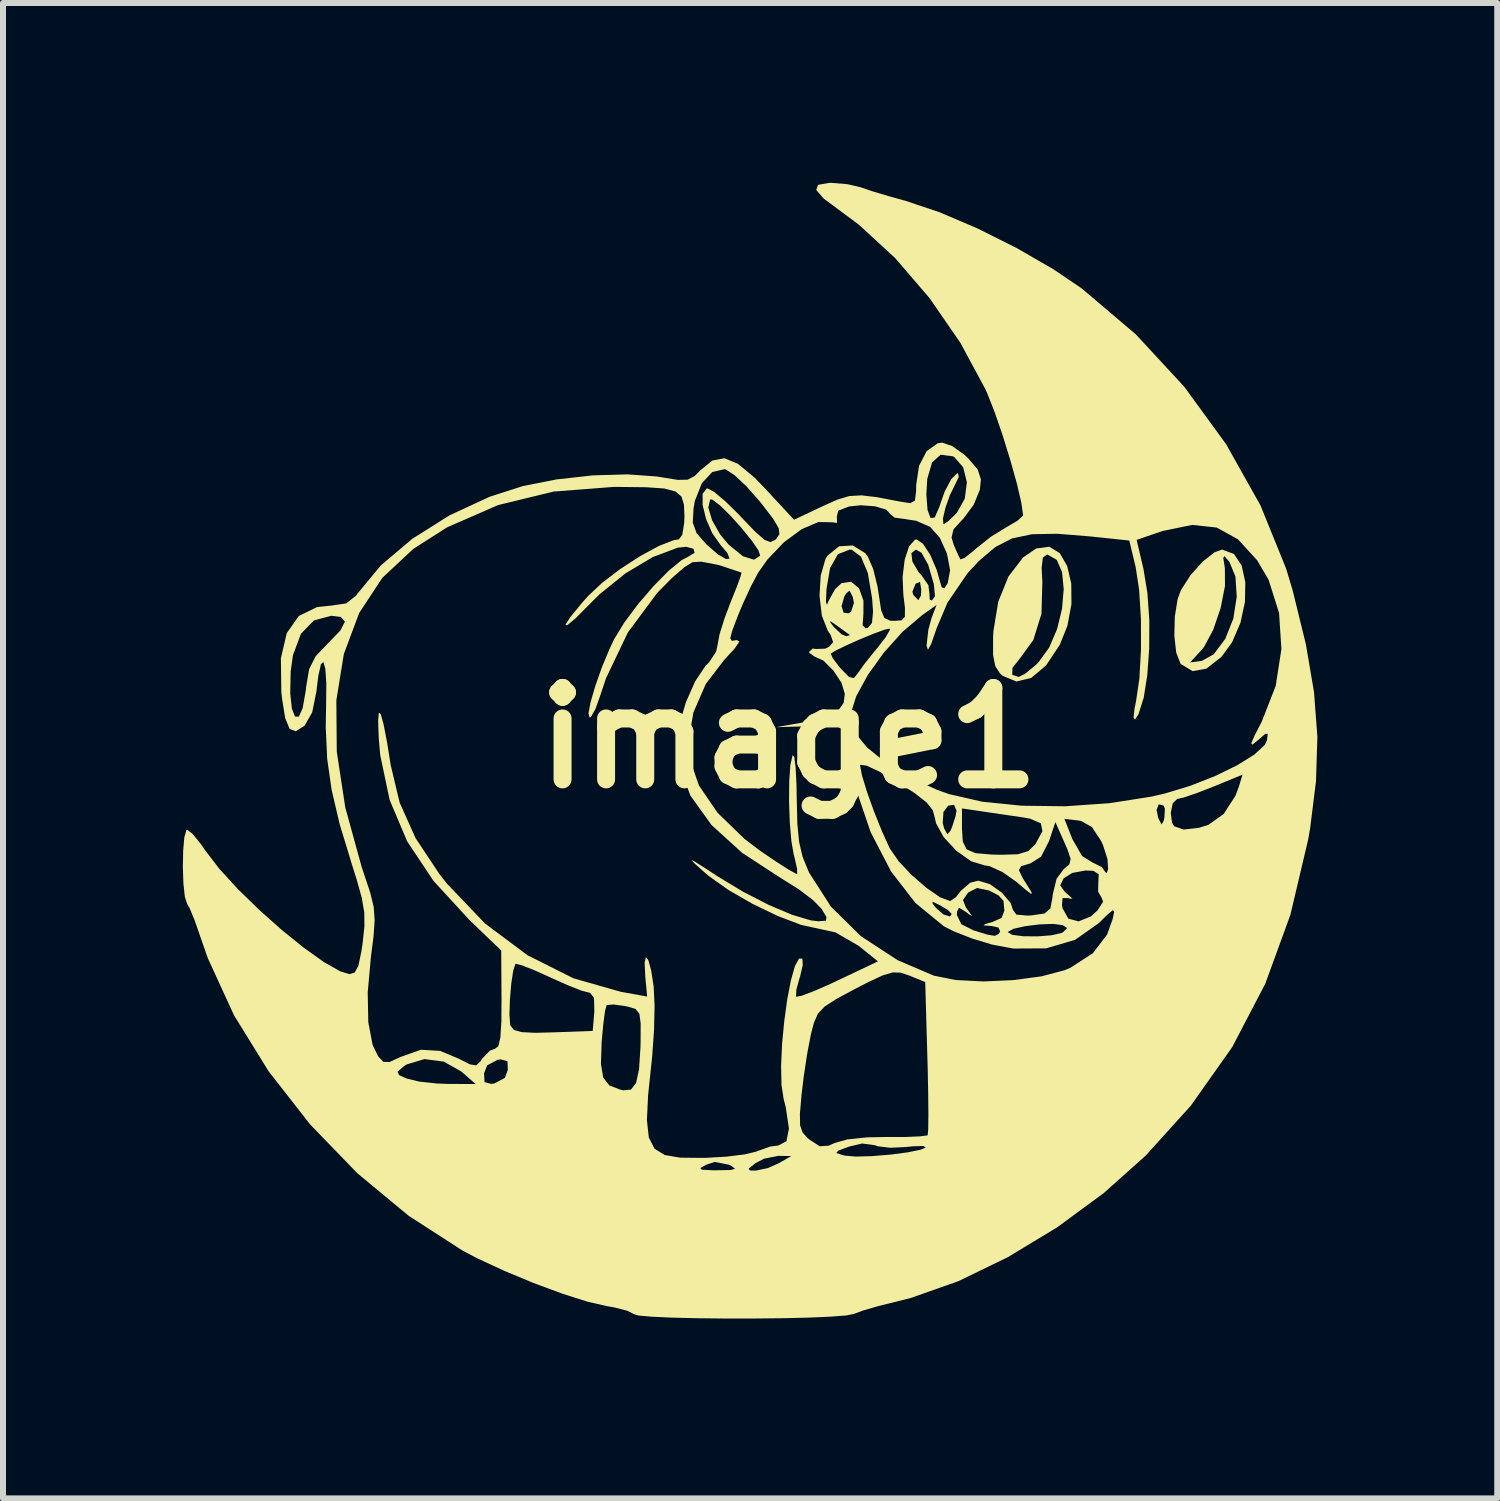
<source format=kicad_pcb>
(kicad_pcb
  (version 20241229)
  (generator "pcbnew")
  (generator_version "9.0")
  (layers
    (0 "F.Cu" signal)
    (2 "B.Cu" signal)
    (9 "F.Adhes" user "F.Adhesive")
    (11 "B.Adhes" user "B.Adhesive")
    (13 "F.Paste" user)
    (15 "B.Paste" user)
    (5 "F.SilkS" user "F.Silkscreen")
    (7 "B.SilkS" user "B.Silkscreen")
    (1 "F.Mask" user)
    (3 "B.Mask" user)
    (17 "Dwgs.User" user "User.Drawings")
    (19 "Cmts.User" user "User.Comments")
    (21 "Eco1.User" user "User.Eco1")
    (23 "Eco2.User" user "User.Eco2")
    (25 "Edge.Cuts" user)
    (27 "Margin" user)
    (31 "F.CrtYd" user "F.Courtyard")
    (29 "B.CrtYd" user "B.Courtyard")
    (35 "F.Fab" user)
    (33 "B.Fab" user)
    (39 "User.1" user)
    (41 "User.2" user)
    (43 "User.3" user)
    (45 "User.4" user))
  (footprint "image1"
    (layer "F.Cu")
    (at 10.107 9.26)
    (property "Reference" "image1" (at 0 0 0) (layer "F.SilkS") (effects (font (size 1.524 1.524) (thickness 0.3))))
    (attr through_hole)
    (fp_poly (pts (xy 7.424 -3.071) (xy 7.553 -2.878) (xy 7.614 -2.6) (xy 7.608 -2.27) (xy 7.533 -1.923) (xy 7.392 -1.595) (xy 7.217 -1.355) (xy 6.965 -1.157) (xy 6.734 -1.116) (xy 6.54 -1.234) (xy 6.533 -1.241) (xy 6.526 -1.26) (xy 6.691 -1.26) (xy 6.89 -1.288) (xy 7.086 -1.396) (xy 7.279 -1.653) (xy 7.281 -1.657) (xy 7.414 -1.992) (xy 7.471 -2.357) (xy 7.449 -2.694) (xy 7.35 -2.936) (xy 7.267 -3.034) (xy 7.246 -3.003) (xy 7.273 -2.834) (xy 7.275 -2.537) (xy 7.203 -2.171) (xy 7.08 -1.808) (xy 6.926 -1.52) (xy 6.874 -1.457) (xy 6.691 -1.26) (xy 6.526 -1.26) (xy 6.462 -1.423) (xy 6.43 -1.706) (xy 6.438 -2.026) (xy 6.485 -2.318) (xy 6.54 -2.468) (xy 6.703 -2.72) (xy 6.905 -2.945) (xy 7.102 -3.099) (xy 7.226 -3.143)) (stroke (width 0) (type solid)) (fill yes) (layer "F.SilkS"))
    (fp_poly (pts (xy 4.519 -3.084) (xy 4.643 -2.869) (xy 4.711 -2.575) (xy 4.714 -2.233) (xy 4.646 -1.87) (xy 4.52 -1.556) (xy 4.29 -1.21) (xy 4.043 -1.003) (xy 3.795 -0.943) (xy 3.565 -1.038) (xy 3.547 -1.055) (xy 3.726 -1.055) (xy 3.834 -1.019) (xy 3.945 -1.075) (xy 4.112 -1.213) (xy 4.161 -1.26) (xy 4.342 -1.508) (xy 4.475 -1.819) (xy 4.557 -2.157) (xy 4.585 -2.486) (xy 4.557 -2.77) (xy 4.469 -2.972) (xy 4.319 -3.058) (xy 4.301 -3.058) (xy 4.237 -3.008) (xy 4.217 -2.84) (xy 4.229 -2.6) (xy 4.214 -2.074) (xy 4.079 -1.637) (xy 3.867 -1.344) (xy 3.73 -1.17) (xy 3.726 -1.055) (xy 3.547 -1.055) (xy 3.523 -1.077) (xy 3.444 -1.198) (xy 3.407 -1.385) (xy 3.407 -1.683) (xy 3.413 -1.787) (xy 3.493 -2.274) (xy 3.664 -2.695) (xy 3.908 -3.013) (xy 4.127 -3.162) (xy 4.344 -3.191)) (stroke (width 0) (type solid)) (fill yes) (layer "F.SilkS"))
    (fp_poly (pts (xy 0.977 -9.238) (xy 1.203 -9.185) (xy 1.207 -9.183) (xy 1.389 -9.121) (xy 1.672 -9.037) (xy 1.954 -8.958) (xy 2.514 -8.77) (xy 3.147 -8.5) (xy 3.798 -8.174) (xy 4.41 -7.821) (xy 4.888 -7.497) (xy 5.787 -6.734) (xy 6.596 -5.859) (xy 7.295 -4.899) (xy 7.867 -3.88) (xy 8.294 -2.828) (xy 8.404 -2.462) (xy 8.624 -1.565) (xy 8.76 -0.766) (xy 8.816 -0.021) (xy 8.793 0.719) (xy 8.696 1.499) (xy 8.663 1.69) (xy 8.366 2.948) (xy 7.947 4.098) (xy 7.396 5.154) (xy 6.705 6.132) (xy 5.951 6.966) (xy 5.25 7.592) (xy 4.471 8.164) (xy 3.651 8.66) (xy 2.828 9.059) (xy 2.039 9.338) (xy 1.814 9.395) (xy 1.499 9.473) (xy 1.237 9.549) (xy 1.084 9.606) (xy 0.956 9.631) (xy 0.694 9.651) (xy 0.331 9.667) (xy -0.105 9.677) (xy -0.581 9.682) (xy -1.068 9.682) (xy -1.534 9.677) (xy -1.95 9.667) (xy -2.284 9.652) (xy -2.506 9.632) (xy -2.585 9.609) (xy -2.69 9.554) (xy -2.904 9.498) (xy -3.036 9.475) (xy -3.356 9.402) (xy -3.78 9.267) (xy -4.26 9.089) (xy -4.75 8.885) (xy -5.202 8.675) (xy -5.437 8.552) (xy -6.342 7.968) (xy -7.199 7.257) (xy -7.28 7.173) (xy -1.477 7.173) (xy -1.449 7.2) (xy -1.278 7.209) (xy -1.189 7.209) (xy -0.968 7.205) (xy -0.896 7.184) (xy -0.897 7.184) (xy -0.671 7.184) (xy -0.647 7.213) (xy -0.552 7.215) (xy -0.351 7.173) (xy -0.17 7.093) (xy 0.042 6.972) (xy -0.175 6.969) (xy -0.412 7.016) (xy -0.557 7.091) (xy -0.671 7.184) (xy -0.897 7.184) (xy -0.955 7.139) (xy -0.998 7.117) (xy -1.235 7.07) (xy -1.38 7.117) (xy -1.477 7.173) (xy -7.28 7.173) (xy -7.985 6.444) (xy -8.671 5.566) (xy -6.527 5.566) (xy -6.498 5.624) (xy -6.371 5.68) (xy -6.165 5.73) (xy -5.871 5.762) (xy -5.692 5.769) (xy -5.224 5.771) (xy -5.428 5.592) (xy -5.083 5.592) (xy -5.076 5.738) (xy -4.966 5.768) (xy -4.913 5.762) (xy -4.737 5.669) (xy -4.687 5.536) (xy -4.691 5.435) (xy -3.134 5.435) (xy -3.096 5.663) (xy -2.992 5.795) (xy -2.807 5.866) (xy -2.761 5.876) (xy -2.633 5.864) (xy -2.548 5.754) (xy -2.498 5.525) (xy -2.474 5.154) (xy -2.472 5.044) (xy -2.471 4.757) (xy -2.493 4.597) (xy -2.557 4.519) (xy -2.684 4.48) (xy -2.732 4.47) (xy -2.928 4.444) (xy -3.038 4.454) (xy -3.04 4.456) (xy -3.066 4.555) (xy -3.095 4.776) (xy -3.122 5.071) (xy -3.122 5.075) (xy -3.134 5.435) (xy -4.691 5.435) (xy -4.693 5.391) (xy -4.804 5.36) (xy -4.857 5.366) (xy -5.032 5.46) (xy -5.083 5.592) (xy -5.428 5.592) (xy -5.463 5.562) (xy -5.755 5.397) (xy -6.079 5.355) (xy -6.374 5.444) (xy -6.419 5.473) (xy -6.527 5.566) (xy -8.671 5.566) (xy -8.677 5.558) (xy -9.254 4.624) (xy -9.692 3.669) (xy -9.816 3.313) (xy -9.909 3.044) (xy -9.993 2.84) (xy -10.036 2.765) (xy -10.074 2.647) (xy -10.098 2.426) (xy -10.107 2.153) (xy -10.102 1.881) (xy -10.083 1.659) (xy -10.049 1.538) (xy -10.035 1.529) (xy -9.95 1.594) (xy -9.813 1.76) (xy -9.731 1.878) (xy -9.502 2.177) (xy -9.196 2.513) (xy -8.84 2.86) (xy -8.463 3.196) (xy -8.093 3.495) (xy -7.757 3.735) (xy -7.484 3.89) (xy -7.33 3.938) (xy -7.242 3.913) (xy -7.18 3.799) (xy -7.13 3.563) (xy -7.108 3.416) (xy -7.079 3.143) (xy -7.081 2.911) (xy -7.123 2.664) (xy -7.212 2.346) (xy -7.29 2.1) (xy -7.492 1.435) (xy -7.625 0.868) (xy -7.7 0.346) (xy -7.724 -0.185) (xy -7.718 -0.536) (xy -7.717 -0.629) (xy -7.547 -0.629) (xy -7.54 0.227) (xy -7.398 1.158) (xy -7.123 2.156) (xy -7.086 2.265) (xy -6.982 2.579) (xy -6.924 2.816) (xy -6.908 3.04) (xy -6.927 3.312) (xy -6.97 3.649) (xy -7.024 4.243) (xy -7.014 4.741) (xy -6.942 5.12) (xy -6.85 5.308) (xy -6.763 5.401) (xy -6.661 5.404) (xy -6.479 5.321) (xy -6.475 5.319) (xy -6.137 5.199) (xy -5.816 5.218) (xy -5.515 5.344) (xy -5.319 5.443) (xy -5.215 5.46) (xy -5.145 5.395) (xy -5.112 5.344) (xy -4.986 5.214) (xy -4.899 5.182) (xy -4.845 5.139) (xy -4.811 4.994) (xy -4.794 4.725) (xy -4.794 4.613) (xy -4.66 4.613) (xy -4.648 4.78) (xy -4.642 4.798) (xy -4.586 4.868) (xy -4.46 4.905) (xy -4.231 4.917) (xy -3.93 4.909) (xy -3.271 4.885) (xy -3.244 4.566) (xy -3.249 4.334) (xy -3.316 4.249) (xy -3.329 4.247) (xy -3.458 4.213) (xy -3.689 4.122) (xy -3.974 3.995) (xy -3.983 3.99) (xy -4.255 3.868) (xy -4.46 3.788) (xy -4.558 3.765) (xy -4.56 3.767) (xy -4.597 3.88) (xy -4.63 4.1) (xy -4.652 4.365) (xy -4.66 4.613) (xy -4.794 4.613) (xy -4.792 4.363) (xy -4.797 3.544) (xy -5.331 3.031) (xy -5.928 2.381) (xy -6.366 1.723) (xy -6.658 1.032) (xy -6.815 0.286) (xy -6.84 0) (xy -6.85 -0.292) (xy -6.838 -0.423) (xy -6.807 -0.401) (xy -6.76 -0.232) (xy -6.7 0.077) (xy -6.64 0.453) (xy -6.491 1.077) (xy -6.226 1.669) (xy -5.826 2.271) (xy -5.699 2.432) (xy -5.066 3.094) (xy -4.358 3.623) (xy -3.593 4.007) (xy -2.809 4.231) (xy -2.363 4.312) (xy -2.394 3.982) (xy -2.405 3.744) (xy -2.384 3.655) (xy -2.344 3.703) (xy -2.296 3.875) (xy -2.255 4.141) (xy -2.239 4.461) (xy -2.248 4.871) (xy -2.278 5.296) (xy -2.288 5.394) (xy -2.347 5.956) (xy -2.367 6.372) (xy -2.335 6.663) (xy -2.24 6.85) (xy -2.07 6.955) (xy -1.812 6.999) (xy -1.454 7.003) (xy -1.383 7.002) (xy -1.037 6.982) (xy -0.74 6.945) (xy -0.637 6.921) (xy 0.792 6.921) (xy 0.896 6.956) (xy 0.934 6.965) (xy 1.117 6.981) (xy 1.389 6.973) (xy 1.696 6.948) (xy 1.985 6.91) (xy 2.2 6.866) (xy 2.285 6.829) (xy 2.242 6.805) (xy 2.075 6.809) (xy 1.959 6.821) (xy 1.694 6.834) (xy 1.483 6.809) (xy 1.436 6.792) (xy 1.223 6.763) (xy 1.007 6.814) (xy 0.825 6.882) (xy 0.792 6.921) (xy -0.637 6.921) (xy -0.547 6.899) (xy -0.527 6.89) (xy -0.307 6.813) (xy -0.175 6.796) (xy -0.04 6.725) (xy 0.002 6.514) (xy -0.035 6.266) (xy 0.185 6.266) (xy 0.188 6.461) (xy 0.231 6.582) (xy 0.321 6.679) (xy 0.351 6.703) (xy 0.517 6.809) (xy 0.666 6.799) (xy 0.764 6.754) (xy 0.975 6.695) (xy 1.305 6.66) (xy 1.631 6.654) (xy 1.945 6.654) (xy 2.186 6.644) (xy 2.309 6.628) (xy 2.316 6.624) (xy 2.325 6.529) (xy 2.328 6.295) (xy 2.325 5.954) (xy 2.317 5.535) (xy 2.311 5.327) (xy 2.275 4.07) (xy 2.008 3.961) (xy 1.866 3.913) (xy 1.733 3.909) (xy 1.565 3.959) (xy 1.319 4.074) (xy 1.104 4.185) (xy 0.793 4.352) (xy 0.598 4.478) (xy 0.485 4.598) (xy 0.418 4.75) (xy 0.369 4.939) (xy 0.308 5.255) (xy 0.249 5.645) (xy 0.212 5.951) (xy 0.185 6.266) (xy -0.035 6.266) (xy -0.05 6.162) (xy -0.087 6.018) (xy -0.122 5.786) (xy -0.129 5.473) (xy -0.113 5.109) (xy -0.077 4.729) (xy -0.027 4.363) (xy 0.034 4.045) (xy 0.101 3.806) (xy 0.17 3.679) (xy 0.225 3.679) (xy 0.233 3.785) (xy 0.188 3.977) (xy 0.179 4.002) (xy 0.126 4.196) (xy 0.12 4.31) (xy 0.124 4.315) (xy 0.213 4.299) (xy 0.417 4.222) (xy 0.698 4.099) (xy 0.825 4.039) (xy 1.487 3.725) (xy 1.165 3.466) (xy 0.777 3.241) (xy 0.506 3.182) (xy 0.204 3.116) (xy -0.182 2.969) (xy -0.601 2.768) (xy -1.004 2.536) (xy -1.339 2.298) (xy -1.402 2.244) (xy -1.564 2.099) (xy -1.626 2.035) (xy -1.576 2.056) (xy -1.404 2.165) (xy -1.189 2.306) (xy -0.769 2.56) (xy -0.342 2.78) (xy 0.049 2.946) (xy 0.365 3.041) (xy 0.49 3.056) (xy 0.619 3.047) (xy 0.628 2.985) (xy 0.546 2.849) (xy 0.403 2.702) (xy 0.161 2.519) (xy -0.123 2.342) (xy -0.781 1.913) (xy -1.289 1.451) (xy -1.641 0.961) (xy -1.832 0.451) (xy -1.868 0.107) (xy -1.862 0.061) (xy -1.675 0.061) (xy -1.657 0.339) (xy -1.499 0.792) (xy -1.188 1.247) (xy -0.737 1.684) (xy -0.484 1.876) (xy -0.212 2.061) (xy 0.002 2.198) (xy 0.124 2.265) (xy 0.14 2.267) (xy 0.137 2.176) (xy 0.094 1.988) (xy 0.083 1.949) (xy 0.043 1.722) (xy 0.016 1.407) (xy 0.004 1.057) (xy 0.007 0.72) (xy 0.026 0.448) (xy 0.062 0.291) (xy 0.065 0.285) (xy 0.092 0.321) (xy 0.114 0.495) (xy 0.128 0.778) (xy 0.132 1.007) (xy 0.142 1.429) (xy 0.172 1.736) (xy 0.23 1.981) (xy 0.326 2.218) (xy 0.342 2.251) (xy 0.704 2.814) (xy 1.203 3.305) (xy 1.815 3.705) (xy 2.421 3.964) (xy 2.784 4.036) (xy 3.245 4.06) (xy 3.741 4.038) (xy 4.213 3.975) (xy 4.599 3.873) (xy 4.698 3.831) (xy 5.072 3.588) (xy 5.308 3.279) (xy 5.4 3.024) (xy 5.427 2.897) (xy 5.403 2.872) (xy 5.304 2.955) (xy 5.167 3.09) (xy 4.774 3.366) (xy 4.292 3.508) (xy 3.742 3.511) (xy 3.386 3.444) (xy 3.055 3.343) (xy 2.749 3.223) (xy 2.585 3.139) (xy 2.125 2.762) (xy 2.398 2.762) (xy 2.453 2.832) (xy 2.58 2.943) (xy 2.686 2.976) (xy 2.706 2.951) (xy 2.803 2.951) (xy 2.877 3.105) (xy 3.079 3.207) (xy 3.313 3.279) (xy 3.435 3.299) (xy 3.496 3.27) (xy 3.518 3.239) (xy 3.653 3.239) (xy 3.727 3.283) (xy 3.913 3.306) (xy 4.15 3.308) (xy 4.382 3.29) (xy 4.549 3.251) (xy 4.573 3.239) (xy 4.642 3.169) (xy 4.568 3.121) (xy 4.412 3.1) (xy 4.184 3.108) (xy 3.943 3.138) (xy 3.746 3.182) (xy 3.654 3.233) (xy 3.653 3.239) (xy 3.518 3.239) (xy 3.525 3.228) (xy 3.497 3.161) (xy 3.382 3.135) (xy 3.249 3.125) (xy 3.273 3.103) (xy 3.398 3.067) (xy 3.549 3.001) (xy 3.595 2.879) (xy 3.581 2.716) (xy 3.5 2.626) (xy 3.341 2.543) (xy 3.14 2.501) (xy 2.996 2.574) (xy 2.987 2.583) (xy 2.905 2.702) (xy 2.952 2.824) (xy 2.981 2.863) (xy 3.057 2.967) (xy 3.017 2.949) (xy 2.952 2.899) (xy 2.839 2.83) (xy 2.805 2.894) (xy 2.803 2.951) (xy 2.706 2.951) (xy 2.718 2.934) (xy 2.653 2.869) (xy 2.527 2.792) (xy 2.398 2.73) (xy 2.398 2.762) (xy 2.125 2.762) (xy 2.115 2.755) (xy 1.705 2.225) (xy 1.365 1.57) (xy 1.105 0.806) (xy 1.033 0.502) (xy 1.023 0.459) (xy 1.189 0.459) (xy 1.221 0.627) (xy 1.304 0.899) (xy 1.421 1.225) (xy 1.553 1.553) (xy 1.681 1.835) (xy 1.688 1.847) (xy 1.833 2.056) (xy 2.049 2.285) (xy 2.294 2.498) (xy 2.521 2.655) (xy 2.688 2.718) (xy 2.692 2.718) (xy 2.787 2.655) (xy 2.869 2.548) (xy 3.026 2.413) (xy 3.16 2.379) (xy 3.353 2.437) (xy 3.554 2.579) (xy 3.7 2.752) (xy 3.738 2.866) (xy 3.796 2.945) (xy 3.985 2.962) (xy 4.056 2.957) (xy 4.267 2.926) (xy 4.362 2.844) (xy 4.398 2.656) (xy 4.401 2.613) (xy 4.439 2.458) (xy 4.527 2.458) (xy 4.605 2.567) (xy 4.638 2.594) (xy 4.731 2.677) (xy 4.684 2.678) (xy 4.662 2.671) (xy 4.566 2.669) (xy 4.556 2.783) (xy 4.566 2.841) (xy 4.662 3.012) (xy 4.833 3.058) (xy 5.037 2.976) (xy 5.148 2.876) (xy 5.242 2.729) (xy 5.216 2.661) (xy 5.159 2.563) (xy 5.162 2.418) (xy 5.169 2.271) (xy 5.08 2.215) (xy 4.947 2.209) (xy 4.728 2.25) (xy 4.585 2.339) (xy 4.527 2.458) (xy 4.439 2.458) (xy 4.467 2.346) (xy 4.586 2.185) (xy 4.68 2.106) (xy 4.7 2.014) (xy 4.645 1.852) (xy 4.595 1.738) (xy 4.446 1.402) (xy 4.34 1.72) (xy 4.207 1.979) (xy 4.029 2.091) (xy 3.877 2.137) (xy 3.837 2.202) (xy 3.901 2.336) (xy 3.97 2.445) (xy 4.049 2.574) (xy 4.047 2.603) (xy 3.948 2.528) (xy 3.797 2.4) (xy 3.566 2.236) (xy 3.347 2.137) (xy 3.266 2.124) (xy 3.041 2.055) (xy 2.796 1.882) (xy 2.583 1.653) (xy 2.454 1.419) (xy 2.454 1.417) (xy 2.567 1.417) (xy 2.591 1.508) (xy 2.644 1.605) (xy 2.693 1.552) (xy 2.71 1.515) (xy 2.888 1.515) (xy 2.902 1.728) (xy 2.965 1.856) (xy 3.112 1.92) (xy 3.38 1.943) (xy 3.542 1.947) (xy 3.823 1.938) (xy 3.993 1.886) (xy 4.108 1.775) (xy 4.115 1.765) (xy 4.23 1.554) (xy 4.203 1.422) (xy 4.032 1.349) (xy 4.597 1.349) (xy 4.73 1.687) (xy 4.891 1.967) (xy 5.065 2.076) (xy 5.223 2.153) (xy 5.277 2.232) (xy 5.301 2.255) (xy 5.326 2.186) (xy 5.315 2.018) (xy 5.24 1.785) (xy 5.21 1.719) (xy 5.056 1.485) (xy 4.875 1.384) (xy 4.826 1.375) (xy 4.597 1.349) (xy 4.032 1.349) (xy 4.023 1.345) (xy 3.908 1.324) (xy 3.579 1.276) (xy 3.245 1.227) (xy 3.228 1.224) (xy 3.049 1.198) (xy 6.134 1.198) (xy 6.162 1.334) (xy 6.217 1.441) (xy 6.25 1.388) (xy 6.264 1.331) (xy 6.269 1.246) (xy 6.371 1.246) (xy 6.391 1.409) (xy 6.428 1.472) (xy 6.587 1.526) (xy 6.839 1.498) (xy 6.998 1.448) (xy 7.252 1.268) (xy 7.45 0.962) (xy 7.512 0.794) (xy 7.567 0.611) (xy 7.075 0.813) (xy 6.8 0.92) (xy 6.58 0.994) (xy 6.477 1.017) (xy 6.403 1.089) (xy 6.371 1.246) (xy 6.269 1.246) (xy 6.272 1.177) (xy 6.251 1.126) (xy 6.17 1.106) (xy 6.134 1.198) (xy 3.049 1.198) (xy 2.888 1.174) (xy 2.888 1.515) (xy 2.71 1.515) (xy 2.722 1.487) (xy 2.782 1.299) (xy 2.797 1.211) (xy 2.756 1.114) (xy 2.658 1.128) (xy 2.579 1.232) (xy 2.567 1.417) (xy 2.454 1.417) (xy 2.438 1.34) (xy 2.402 1.206) (xy 2.298 1.074) (xy 2.095 0.916) (xy 1.805 0.729) (xy 1.511 0.56) (xy 1.299 0.461) (xy 1.196 0.446) (xy 1.189 0.459) (xy 1.023 0.459) (xy 0.879 -0.212) (xy 0.333 -0.197) (xy -0.212 -0.181) (xy 0.248 -0.262) (xy 0.511 -0.322) (xy 1.021 -0.322) (xy 1.096 -0.096) (xy 1.305 0.157) (xy 1.623 0.415) (xy 2.021 0.658) (xy 2.472 0.864) (xy 2.675 0.936) (xy 3.227 1.062) (xy 3.889 1.129) (xy 4.611 1.138) (xy 5.346 1.087) (xy 6.043 0.978) (xy 6.27 0.926) (xy 6.698 0.796) (xy 7.112 0.633) (xy 7.479 0.454) (xy 7.766 0.275) (xy 7.939 0.114) (xy 7.974 0.042) (xy 7.988 -0.071) (xy 7.946 -0.069) (xy 7.821 0.039) (xy 7.732 0.11) (xy 7.713 0.088) (xy 7.77 -0.045) (xy 7.889 -0.276) (xy 8.121 -0.87) (xy 8.216 -1.484) (xy 8.177 -2.086) (xy 8.002 -2.64) (xy 7.812 -2.964) (xy 7.49 -3.316) (xy 7.136 -3.511) (xy 6.727 -3.555) (xy 6.242 -3.455) (xy 6.186 -3.437) (xy 5.801 -3.305) (xy 5.915 -2.821) (xy 5.981 -2.42) (xy 6.013 -1.964) (xy 6.011 -1.494) (xy 5.979 -1.049) (xy 5.919 -0.671) (xy 5.832 -0.398) (xy 5.774 -0.308) (xy 5.75 -0.336) (xy 5.766 -0.489) (xy 5.79 -0.606) (xy 5.847 -0.991) (xy 5.874 -1.475) (xy 5.873 -1.99) (xy 5.843 -2.471) (xy 5.785 -2.853) (xy 5.783 -2.86) (xy 5.679 -3.294) (xy 5.027 -3.363) (xy 4.479 -3.407) (xy 4.058 -3.4) (xy 3.725 -3.33) (xy 3.443 -3.185) (xy 3.172 -2.955) (xy 2.982 -2.751) (xy 2.646 -2.258) (xy 2.467 -1.835) (xy 2.376 -1.572) (xy 2.321 -1.473) (xy 2.299 -1.534) (xy 2.298 -1.545) (xy 2.327 -1.806) (xy 2.379 -1.997) (xy 2.464 -2.22) (xy 2.222 -2.048) (xy 1.896 -1.771) (xy 1.586 -1.426) (xy 1.319 -1.054) (xy 1.123 -0.695) (xy 1.027 -0.389) (xy 1.021 -0.322) (xy 0.511 -0.322) (xy 0.602 -0.342) (xy 0.815 -0.445) (xy 0.915 -0.589) (xy 0.934 -0.736) (xy 0.879 -0.921) (xy 0.743 -1.126) (xy 0.577 -1.292) (xy 0.429 -1.359) (xy 0.36 -1.408) (xy 0.7 -1.408) (xy 0.731 -1.334) (xy 0.843 -1.186) (xy 0.867 -1.158) (xy 1.004 -1.018) (xy 1.084 -1) (xy 1.147 -1.075) (xy 1.254 -1.227) (xy 1.419 -1.434) (xy 1.477 -1.503) (xy 1.616 -1.682) (xy 1.685 -1.803) (xy 1.685 -1.826) (xy 1.601 -1.809) (xy 1.416 -1.741) (xy 1.18 -1.644) (xy 0.947 -1.54) (xy 0.768 -1.452) (xy 0.7 -1.408) (xy 0.36 -1.408) (xy 0.343 -1.42) (xy 0.34 -1.441) (xy 0.401 -1.494) (xy 0.446 -1.485) (xy 0.606 -1.491) (xy 0.67 -1.521) (xy 0.739 -1.599) (xy 0.699 -1.717) (xy 0.648 -1.794) (xy 0.586 -1.952) (xy 0.691 -1.952) (xy 0.697 -1.922) (xy 0.754 -1.848) (xy 0.883 -1.728) (xy 0.959 -1.699) (xy 1.019 -1.716) (xy 1.012 -1.723) (xy 0.924 -1.786) (xy 0.807 -1.872) (xy 0.691 -1.952) (xy 0.586 -1.952) (xy 0.551 -2.041) (xy 0.532 -2.201) (xy 0.88 -2.201) (xy 0.913 -2.091) (xy 0.999 -2.08) (xy 1.04 -2.111) (xy 1.086 -2.253) (xy 1.067 -2.352) (xy 1.013 -2.459) (xy 0.957 -2.413) (xy 0.924 -2.357) (xy 0.88 -2.201) (xy 0.532 -2.201) (xy 0.524 -2.27) (xy 0.619 -2.27) (xy 0.636 -2.222) (xy 0.662 -2.286) (xy 0.771 -2.483) (xy 0.878 -2.583) (xy 1.039 -2.607) (xy 1.171 -2.499) (xy 1.245 -2.293) (xy 1.244 -2.065) (xy 1.231 -1.881) (xy 1.281 -1.829) (xy 1.318 -1.839) (xy 1.387 -1.919) (xy 1.405 -2.108) (xy 1.39 -2.322) (xy 1.318 -2.752) (xy 1.203 -3.026) (xy 1.05 -3.14) (xy 1.015 -3.143) (xy 0.818 -3.066) (xy 0.688 -2.835) (xy 0.628 -2.485) (xy 0.619 -2.27) (xy 0.524 -2.27) (xy 0.512 -2.371) (xy 0.532 -2.711) (xy 0.611 -2.986) (xy 0.642 -3.039) (xy 0.838 -3.198) (xy 1.068 -3.212) (xy 1.275 -3.083) (xy 1.317 -3.026) (xy 1.406 -2.823) (xy 1.478 -2.535) (xy 1.501 -2.389) (xy 1.54 -2.132) (xy 1.594 -2.002) (xy 1.689 -1.958) (xy 1.761 -1.954) (xy 1.882 -1.964) (xy 1.936 -2.023) (xy 1.937 -2.173) (xy 1.911 -2.383) (xy 1.908 -2.44) (xy 2.061 -2.44) (xy 2.077 -2.386) (xy 2.161 -2.299) (xy 2.203 -2.376) (xy 2.209 -2.481) (xy 2.188 -2.604) (xy 2.116 -2.575) (xy 2.114 -2.573) (xy 2.061 -2.44) (xy 1.908 -2.44) (xy 1.898 -2.689) (xy 1.933 -2.977) (xy 1.969 -3.085) (xy 2.044 -3.085) (xy 2.061 -2.944) (xy 2.163 -2.77) (xy 2.215 -2.712) (xy 2.328 -2.548) (xy 2.345 -2.415) (xy 2.35 -2.309) (xy 2.388 -2.294) (xy 2.438 -2.367) (xy 2.418 -2.57) (xy 2.325 -2.889) (xy 2.214 -3.089) (xy 2.121 -3.143) (xy 2.044 -3.085) (xy 1.969 -3.085) (xy 2.006 -3.199) (xy 2.106 -3.308) (xy 2.132 -3.313) (xy 2.238 -3.24) (xy 2.359 -3.055) (xy 2.464 -2.811) (xy 2.503 -2.677) (xy 2.55 -2.513) (xy 2.595 -2.498) (xy 2.65 -2.582) (xy 2.69 -2.798) (xy 2.639 -3.073) (xy 2.519 -3.339) (xy 2.357 -3.522) (xy 2.126 -3.623) (xy 1.935 -3.653) (xy 1.764 -3.676) (xy 1.699 -3.729) (xy 1.624 -3.81) (xy 1.438 -3.865) (xy 1.2 -3.883) (xy 1.003 -3.862) (xy 0.825 -3.792) (xy 0.799 -3.686) (xy 0.802 -3.678) (xy 0.803 -3.587) (xy 0.722 -3.599) (xy 0.494 -3.603) (xy 0.215 -3.484) (xy -0.081 -3.266) (xy -0.359 -2.974) (xy -0.509 -2.761) (xy -0.631 -2.533) (xy -0.77 -2.231) (xy -0.846 -2.049) (xy -0.943 -1.794) (xy -0.977 -1.663) (xy -0.951 -1.621) (xy -0.866 -1.634) (xy -0.824 -1.61) (xy -0.908 -1.486) (xy -1.071 -1.312) (xy -1.385 -0.902) (xy -1.592 -0.426) (xy -1.675 0.061) (xy -1.862 0.061) (xy -1.826 -0.228) (xy -1.716 -0.599) (xy -1.562 -0.946) (xy -1.389 -1.206) (xy -1.33 -1.263) (xy -1.212 -1.441) (xy -1.187 -1.561) (xy -1.155 -1.733) (xy -1.072 -1.997) (xy -0.978 -2.247) (xy -0.874 -2.506) (xy -0.806 -2.691) (xy -0.788 -2.759) (xy -1.167 -2.886) (xy -1.462 -2.942) (xy -1.61 -2.932) (xy -1.746 -2.846) (xy -1.951 -2.668) (xy -2.181 -2.435) (xy -2.198 -2.417) (xy -2.685 -1.76) (xy -3.049 -0.998) (xy -3.148 -0.701) (xy -3.226 -0.483) (xy -3.299 -0.355) (xy -3.322 -0.34) (xy -3.342 -0.411) (xy -3.306 -0.6) (xy -3.228 -0.867) (xy -3.12 -1.174) (xy -2.993 -1.481) (xy -2.913 -1.649) (xy -2.745 -1.925) (xy -2.515 -2.233) (xy -2.256 -2.534) (xy -2.002 -2.792) (xy -1.787 -2.968) (xy -1.688 -3.019) (xy -1.571 -3.09) (xy -1.59 -3.157) (xy -1.712 -3.19) (xy -1.853 -3.175) (xy -2.272 -3.017) (xy -2.725 -2.746) (xy -3.158 -2.397) (xy -3.314 -2.242) (xy -3.556 -1.998) (xy -3.694 -1.883) (xy -3.726 -1.889) (xy -3.649 -2.011) (xy -3.461 -2.241) (xy -3.352 -2.365) (xy -3.115 -2.588) (xy -2.809 -2.821) (xy -2.478 -3.035) (xy -2.167 -3.204) (xy -1.918 -3.301) (xy -1.834 -3.313) (xy -1.777 -3.39) (xy -1.745 -3.59) (xy -1.745 -3.593) (xy -1.602 -3.593) (xy -1.539 -3.419) (xy -1.376 -3.232) (xy -1.186 -3.066) (xy -1.048 -2.986) (xy -0.987 -2.993) (xy -1.027 -3.089) (xy -1.138 -3.219) (xy -1.277 -3.416) (xy -1.381 -3.654) (xy -1.427 -3.845) (xy -1.343 -3.845) (xy -1.28 -3.633) (xy -1.146 -3.396) (xy -1.003 -3.225) (xy -0.764 -3.031) (xy -0.58 -2.975) (xy -0.478 -3.041) (xy -0.507 -3.132) (xy -0.623 -3.299) (xy -0.79 -3.505) (xy -0.977 -3.712) (xy -1.149 -3.881) (xy -1.274 -3.976) (xy -1.312 -3.981) (xy -1.343 -3.845) (xy -1.427 -3.845) (xy -1.438 -3.889) (xy -1.438 -4.073) (xy -1.371 -4.161) (xy -1.352 -4.163) (xy -1.244 -4.104) (xy -1.059 -3.949) (xy -0.834 -3.728) (xy -0.788 -3.678) (xy -0.556 -3.437) (xy -0.406 -3.306) (xy -0.307 -3.268) (xy -0.23 -3.303) (xy -0.211 -3.321) (xy -0.157 -3.4) (xy -0.168 -3.499) (xy -0.258 -3.652) (xy -0.441 -3.892) (xy -0.491 -3.954) (xy -0.709 -4.201) (xy -0.911 -4.389) (xy -1.056 -4.482) (xy -1.07 -4.485) (xy -1.277 -4.437) (xy -1.451 -4.25) (xy -1.567 -3.956) (xy -1.589 -3.833) (xy -1.602 -3.593) (xy -1.745 -3.593) (xy -1.741 -3.696) (xy -1.749 -3.891) (xy -1.79 -4.027) (xy -1.891 -4.113) (xy -2.077 -4.162) (xy -2.374 -4.183) (xy -2.81 -4.188) (xy -2.931 -4.188) (xy -3.923 -4.111) (xy -4.851 -3.885) (xy -5.701 -3.514) (xy -6.264 -3.154) (xy -6.78 -2.672) (xy -7.166 -2.086) (xy -7.422 -1.402) (xy -7.547 -0.629) (xy -7.717 -0.629) (xy -7.714 -0.911) (xy -7.731 -1.157) (xy -7.763 -1.267) (xy -7.804 -1.232) (xy -7.847 -1.042) (xy -7.88 -0.773) (xy -7.95 -0.428) (xy -8.075 -0.209) (xy -8.083 -0.201) (xy -8.224 -0.113) (xy -8.327 -0.153) (xy -8.401 -0.334) (xy -8.454 -0.668) (xy -8.462 -0.745) (xy -8.316 -0.745) (xy -8.289 -0.492) (xy -8.237 -0.359) (xy -8.173 -0.356) (xy -8.109 -0.497) (xy -8.057 -0.792) (xy -8.051 -0.852) (xy -8.001 -1.149) (xy -7.893 -1.363) (xy -7.7 -1.566) (xy -7.48 -1.793) (xy -7.404 -1.942) (xy -7.473 -2.02) (xy -7.631 -2.039) (xy -7.921 -1.962) (xy -8.137 -1.74) (xy -8.271 -1.382) (xy -8.309 -1.106) (xy -8.316 -0.745) (xy -8.462 -0.745) (xy -8.465 -0.778) (xy -8.472 -1.332) (xy -8.374 -1.75) (xy -8.174 -2.035) (xy -7.87 -2.184) (xy -7.636 -2.209) (xy -7.382 -2.245) (xy -7.218 -2.376) (xy -7.191 -2.413) (xy -6.801 -2.883) (xy -6.279 -3.324) (xy -5.662 -3.713) (xy -4.989 -4.025) (xy -4.437 -4.202) (xy -3.872 -4.314) (xy -3.269 -4.381) (xy -2.69 -4.398) (xy -2.197 -4.362) (xy -2.126 -4.35) (xy -1.853 -4.306) (xy -1.688 -4.309) (xy -1.57 -4.371) (xy -1.472 -4.468) (xy -1.275 -4.629) (xy -1.075 -4.667) (xy -0.85 -4.575) (xy -0.576 -4.348) (xy -0.391 -4.157) (xy 0.087 -3.641) (xy 0.565 -3.867) (xy 0.81 -3.977) (xy 1.007 -4.036) (xy 1.211 -4.048) (xy 1.473 -4.017) (xy 1.848 -3.945) (xy 2.026 -3.917) (xy 2.104 -3.961) (xy 2.116 -4.061) (xy 2.294 -4.061) (xy 2.314 -3.802) (xy 2.365 -3.669) (xy 2.433 -3.678) (xy 2.505 -3.843) (xy 2.506 -3.844) (xy 2.6 -4.112) (xy 2.709 -4.318) (xy 2.806 -4.415) (xy 2.82 -4.417) (xy 2.835 -4.357) (xy 2.773 -4.226) (xy 2.685 -4.048) (xy 2.612 -3.84) (xy 2.571 -3.662) (xy 2.578 -3.571) (xy 2.586 -3.568) (xy 2.666 -3.623) (xy 2.802 -3.756) (xy 2.935 -3.992) (xy 2.97 -4.265) (xy 2.909 -4.516) (xy 2.759 -4.687) (xy 2.734 -4.7) (xy 2.532 -4.725) (xy 2.389 -4.597) (xy 2.309 -4.321) (xy 2.294 -4.061) (xy 2.116 -4.061) (xy 2.123 -4.118) (xy 2.124 -4.219) (xy 2.172 -4.541) (xy 2.299 -4.786) (xy 2.483 -4.916) (xy 2.56 -4.927) (xy 2.725 -4.87) (xy 2.928 -4.726) (xy 2.986 -4.672) (xy 3.15 -4.481) (xy 3.204 -4.314) (xy 3.186 -4.141) (xy 3.084 -3.892) (xy 2.912 -3.66) (xy 2.898 -3.647) (xy 2.747 -3.481) (xy 2.714 -3.345) (xy 2.751 -3.222) (xy 2.824 -3.055) (xy 2.863 -2.979) (xy 2.935 -3.007) (xy 3.08 -3.122) (xy 3.123 -3.161) (xy 3.367 -3.355) (xy 3.63 -3.517) (xy 3.632 -3.518) (xy 3.813 -3.624) (xy 3.904 -3.708) (xy 3.907 -3.719) (xy 3.878 -3.926) (xy 3.803 -4.247) (xy 3.694 -4.636) (xy 3.567 -5.047) (xy 3.434 -5.434) (xy 3.308 -5.753) (xy 3.281 -5.814) (xy 2.862 -6.591) (xy 2.349 -7.335) (xy 1.773 -8.006) (xy 1.165 -8.565) (xy 0.856 -8.794) (xy 0.58 -8.999) (xy 0.457 -9.142) (xy 0.487 -9.227) (xy 0.668 -9.259) (xy 0.711 -9.26)) (stroke (width 0) (type solid)) (fill yes) (layer "F.SilkS")))
  (gr_rect
    (start -3 -3)
    (end 21.923 21.942)
    (stroke (width 0.1) (type default))
    (fill no)
    (layer "Edge.Cuts")))
</source>
